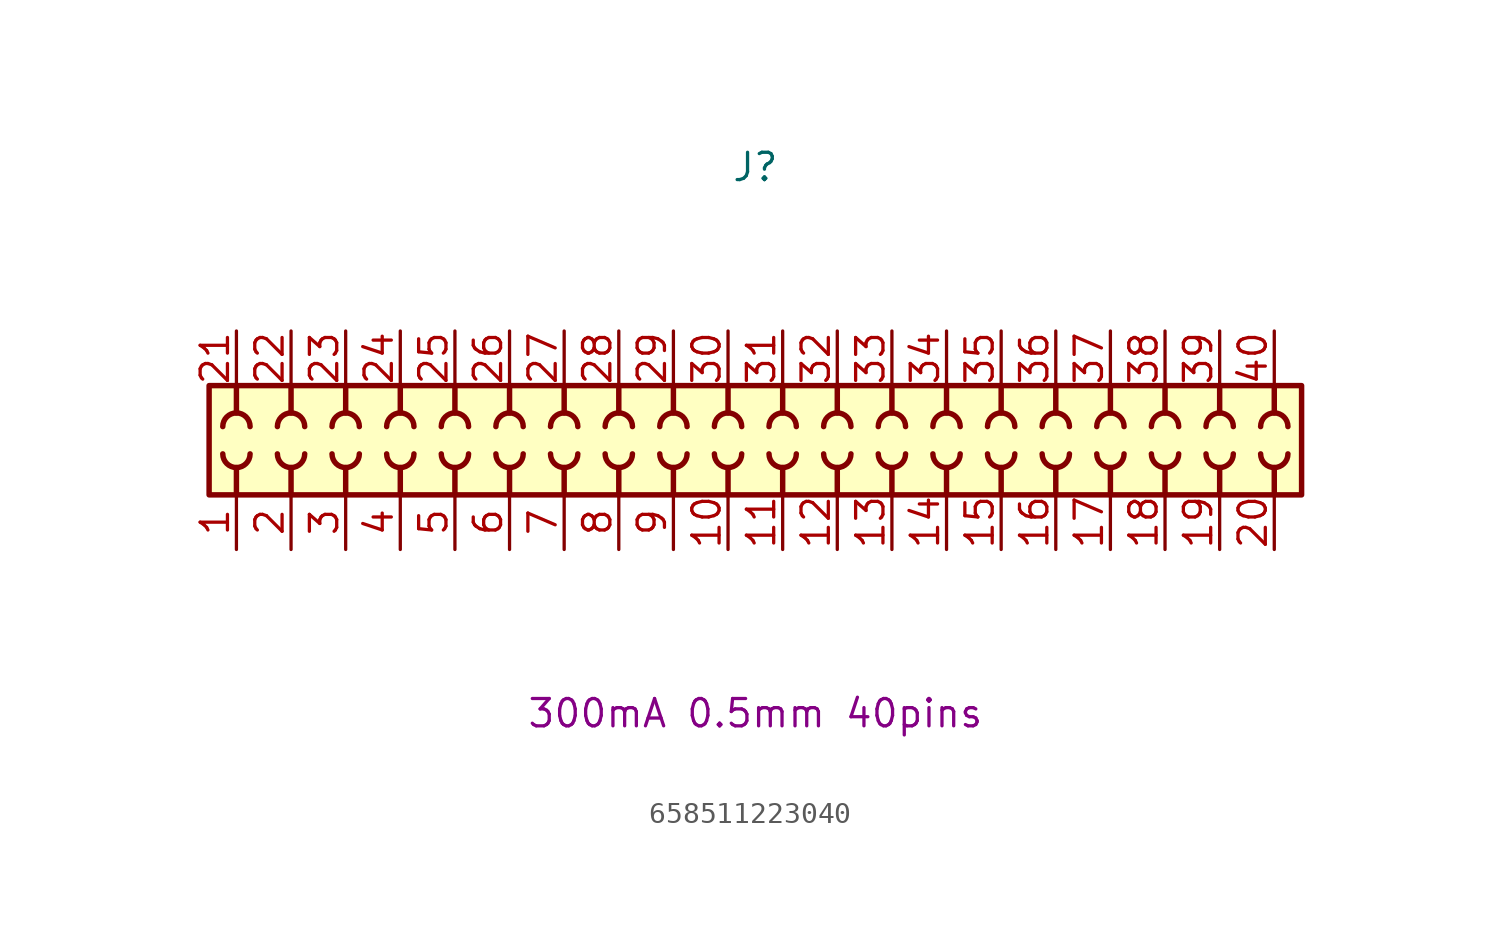
<source format=kicad_sym>
(kicad_symbol_lib
  (version 20241209)
  (generator "kicad_symbol_editor")
  (generator_version "9.0")
  (symbol "658511223040"
    (pin_names
      (hide yes))
    (property "Reference" "J"
      (at 0 12.7 0)
      (effects (font (size 1.27 1.27))))
    (property "Critical Parameter" "300mA 0.5mm 40pins"
      (at 0 -12.7 0)
      (effects (font (size 1.27 1.27))))
    (symbol "658511223040_0_1"
      (rectangle (start -25.4 2.54) (end 25.4 -2.54) (stroke (width 0.254) (type default)) (fill (type background)))
      (polyline (pts (xy -24.13 2.54) (xy -24.13 1.27)) (stroke (width 0.254) (type default)) (fill (type none)))
      (arc (start -24.765 0.635) (mid -24.13 1.2672) (end -23.495 0.635) (stroke (width 0.254) (type default)) (fill (type none)))
      (arc (start -23.495 -0.635) (mid -24.13 -1.2672) (end -24.765 -0.635) (stroke (width 0.254) (type default)) (fill (type none)))
      (polyline (pts (xy -24.13 -2.54) (xy -24.13 -1.27)) (stroke (width 0.254) (type default)) (fill (type none)))
      (polyline (pts (xy -21.59 2.54) (xy -21.59 1.27)) (stroke (width 0.254) (type default)) (fill (type none)))
      (arc (start -22.225 0.635) (mid -21.59 1.2672) (end -20.955 0.635) (stroke (width 0.254) (type default)) (fill (type none)))
      (arc (start -20.955 -0.635) (mid -21.59 -1.2672) (end -22.225 -0.635) (stroke (width 0.254) (type default)) (fill (type none)))
      (polyline (pts (xy -21.59 -2.54) (xy -21.59 -1.27)) (stroke (width 0.254) (type default)) (fill (type none)))
      (polyline (pts (xy -19.05 2.54) (xy -19.05 1.27)) (stroke (width 0.254) (type default)) (fill (type none)))
      (arc (start -19.685 0.635) (mid -19.05 1.2672) (end -18.415 0.635) (stroke (width 0.254) (type default)) (fill (type none)))
      (arc (start -18.415 -0.635) (mid -19.05 -1.2672) (end -19.685 -0.635) (stroke (width 0.254) (type default)) (fill (type none)))
      (polyline (pts (xy -19.05 -2.54) (xy -19.05 -1.27)) (stroke (width 0.254) (type default)) (fill (type none)))
      (polyline (pts (xy -16.51 2.54) (xy -16.51 1.27)) (stroke (width 0.254) (type default)) (fill (type none)))
      (arc (start -17.145 0.635) (mid -16.51 1.2672) (end -15.875 0.635) (stroke (width 0.254) (type default)) (fill (type none)))
      (arc (start -15.875 -0.635) (mid -16.51 -1.2672) (end -17.145 -0.635) (stroke (width 0.254) (type default)) (fill (type none)))
      (polyline (pts (xy -16.51 -2.54) (xy -16.51 -1.27)) (stroke (width 0.254) (type default)) (fill (type none)))
      (polyline (pts (xy -13.97 2.54) (xy -13.97 1.27)) (stroke (width 0.254) (type default)) (fill (type none)))
      (arc (start -14.605 0.635) (mid -13.97 1.2672) (end -13.335 0.635) (stroke (width 0.254) (type default)) (fill (type none)))
      (arc (start -13.335 -0.635) (mid -13.97 -1.2672) (end -14.605 -0.635) (stroke (width 0.254) (type default)) (fill (type none)))
      (polyline (pts (xy -13.97 -2.54) (xy -13.97 -1.27)) (stroke (width 0.254) (type default)) (fill (type none)))
      (polyline (pts (xy -11.43 2.54) (xy -11.43 1.27)) (stroke (width 0.254) (type default)) (fill (type none)))
      (arc (start -12.065 0.635) (mid -11.43 1.2672) (end -10.795 0.635) (stroke (width 0.254) (type default)) (fill (type none)))
      (arc (start -10.795 -0.635) (mid -11.43 -1.2672) (end -12.065 -0.635) (stroke (width 0.254) (type default)) (fill (type none)))
      (polyline (pts (xy -11.43 -2.54) (xy -11.43 -1.27)) (stroke (width 0.254) (type default)) (fill (type none)))
      (polyline (pts (xy -8.89 2.54) (xy -8.89 1.27)) (stroke (width 0.254) (type default)) (fill (type none)))
      (arc (start -9.525 0.635) (mid -8.89 1.2672) (end -8.255 0.635) (stroke (width 0.254) (type default)) (fill (type none)))
      (arc (start -8.255 -0.635) (mid -8.89 -1.2672) (end -9.525 -0.635) (stroke (width 0.254) (type default)) (fill (type none)))
      (polyline (pts (xy -8.89 -2.54) (xy -8.89 -1.27)) (stroke (width 0.254) (type default)) (fill (type none)))
      (polyline (pts (xy -6.35 2.54) (xy -6.35 1.27)) (stroke (width 0.254) (type default)) (fill (type none)))
      (arc (start -6.985 0.635) (mid -6.35 1.2672) (end -5.715 0.635) (stroke (width 0.254) (type default)) (fill (type none)))
      (arc (start -5.715 -0.635) (mid -6.35 -1.2672) (end -6.985 -0.635) (stroke (width 0.254) (type default)) (fill (type none)))
      (polyline (pts (xy -6.35 -2.54) (xy -6.35 -1.27)) (stroke (width 0.254) (type default)) (fill (type none)))
      (polyline (pts (xy -3.81 2.54) (xy -3.81 1.27)) (stroke (width 0.254) (type default)) (fill (type none)))
      (arc (start -4.445 0.635) (mid -3.81 1.2672) (end -3.175 0.635) (stroke (width 0.254) (type default)) (fill (type none)))
      (arc (start -3.175 -0.635) (mid -3.81 -1.2672) (end -4.445 -0.635) (stroke (width 0.254) (type default)) (fill (type none)))
      (polyline (pts (xy -3.81 -2.54) (xy -3.81 -1.27)) (stroke (width 0.254) (type default)) (fill (type none)))
      (polyline (pts (xy -1.27 2.54) (xy -1.27 1.27)) (stroke (width 0.254) (type default)) (fill (type none)))
      (arc (start -1.905 0.635) (mid -1.27 1.2672) (end -0.635 0.635) (stroke (width 0.254) (type default)) (fill (type none)))
      (arc (start -0.635 -0.635) (mid -1.27 -1.2672) (end -1.905 -0.635) (stroke (width 0.254) (type default)) (fill (type none)))
      (polyline (pts (xy -1.27 -2.54) (xy -1.27 -1.27)) (stroke (width 0.254) (type default)) (fill (type none)))
      (polyline (pts (xy 1.27 2.54) (xy 1.27 1.27)) (stroke (width 0.254) (type default)) (fill (type none)))
      (arc (start 0.635 0.635) (mid 1.27 1.2672) (end 1.905 0.635) (stroke (width 0.254) (type default)) (fill (type none)))
      (arc (start 1.905 -0.635) (mid 1.27 -1.2672) (end 0.635 -0.635) (stroke (width 0.254) (type default)) (fill (type none)))
      (polyline (pts (xy 1.27 -2.54) (xy 1.27 -1.27)) (stroke (width 0.254) (type default)) (fill (type none)))
      (polyline (pts (xy 3.81 2.54) (xy 3.81 1.27)) (stroke (width 0.254) (type default)) (fill (type none)))
      (arc (start 3.175 0.635) (mid 3.81 1.2672) (end 4.445 0.635) (stroke (width 0.254) (type default)) (fill (type none)))
      (arc (start 4.445 -0.635) (mid 3.81 -1.2672) (end 3.175 -0.635) (stroke (width 0.254) (type default)) (fill (type none)))
      (polyline (pts (xy 3.81 -2.54) (xy 3.81 -1.27)) (stroke (width 0.254) (type default)) (fill (type none)))
      (polyline (pts (xy 6.35 2.54) (xy 6.35 1.27)) (stroke (width 0.254) (type default)) (fill (type none)))
      (arc (start 5.715 0.635) (mid 6.35 1.2672) (end 6.985 0.635) (stroke (width 0.254) (type default)) (fill (type none)))
      (arc (start 6.985 -0.635) (mid 6.35 -1.2672) (end 5.715 -0.635) (stroke (width 0.254) (type default)) (fill (type none)))
      (polyline (pts (xy 6.35 -2.54) (xy 6.35 -1.27)) (stroke (width 0.254) (type default)) (fill (type none)))
      (polyline (pts (xy 8.89 2.54) (xy 8.89 1.27)) (stroke (width 0.254) (type default)) (fill (type none)))
      (arc (start 8.255 0.635) (mid 8.89 1.2672) (end 9.525 0.635) (stroke (width 0.254) (type default)) (fill (type none)))
      (arc (start 9.525 -0.635) (mid 8.89 -1.2672) (end 8.255 -0.635) (stroke (width 0.254) (type default)) (fill (type none)))
      (polyline (pts (xy 8.89 -2.54) (xy 8.89 -1.27)) (stroke (width 0.254) (type default)) (fill (type none)))
      (polyline (pts (xy 11.43 2.54) (xy 11.43 1.27)) (stroke (width 0.254) (type default)) (fill (type none)))
      (arc (start 10.795 0.635) (mid 11.43 1.2672) (end 12.065 0.635) (stroke (width 0.254) (type default)) (fill (type none)))
      (arc (start 12.065 -0.635) (mid 11.43 -1.2672) (end 10.795 -0.635) (stroke (width 0.254) (type default)) (fill (type none)))
      (polyline (pts (xy 11.43 -2.54) (xy 11.43 -1.27)) (stroke (width 0.254) (type default)) (fill (type none)))
      (polyline (pts (xy 13.97 2.54) (xy 13.97 1.27)) (stroke (width 0.254) (type default)) (fill (type none)))
      (arc (start 13.335 0.635) (mid 13.97 1.2672) (end 14.605 0.635) (stroke (width 0.254) (type default)) (fill (type none)))
      (arc (start 14.605 -0.635) (mid 13.97 -1.2672) (end 13.335 -0.635) (stroke (width 0.254) (type default)) (fill (type none)))
      (polyline (pts (xy 13.97 -2.54) (xy 13.97 -1.27)) (stroke (width 0.254) (type default)) (fill (type none)))
      (polyline (pts (xy 16.51 2.54) (xy 16.51 1.27)) (stroke (width 0.254) (type default)) (fill (type none)))
      (arc (start 15.875 0.635) (mid 16.51 1.2672) (end 17.145 0.635) (stroke (width 0.254) (type default)) (fill (type none)))
      (arc (start 17.145 -0.635) (mid 16.51 -1.2672) (end 15.875 -0.635) (stroke (width 0.254) (type default)) (fill (type none)))
      (polyline (pts (xy 16.51 -2.54) (xy 16.51 -1.27)) (stroke (width 0.254) (type default)) (fill (type none)))
      (polyline (pts (xy 19.05 2.54) (xy 19.05 1.27)) (stroke (width 0.254) (type default)) (fill (type none)))
      (arc (start 18.415 0.635) (mid 19.05 1.2672) (end 19.685 0.635) (stroke (width 0.254) (type default)) (fill (type none)))
      (arc (start 19.685 -0.635) (mid 19.05 -1.2672) (end 18.415 -0.635) (stroke (width 0.254) (type default)) (fill (type none)))
      (polyline (pts (xy 19.05 -2.54) (xy 19.05 -1.27)) (stroke (width 0.254) (type default)) (fill (type none)))
      (polyline (pts (xy 21.59 2.54) (xy 21.59 1.27)) (stroke (width 0.254) (type default)) (fill (type none)))
      (arc (start 20.955 0.635) (mid 21.59 1.2672) (end 22.225 0.635) (stroke (width 0.254) (type default)) (fill (type none)))
      (arc (start 22.225 -0.635) (mid 21.59 -1.2672) (end 20.955 -0.635) (stroke (width 0.254) (type default)) (fill (type none)))
      (polyline (pts (xy 21.59 -2.54) (xy 21.59 -1.27)) (stroke (width 0.254) (type default)) (fill (type none)))
      (polyline (pts (xy 24.13 2.54) (xy 24.13 1.27)) (stroke (width 0.254) (type default)) (fill (type none)))
      (arc (start 23.495 0.635) (mid 24.13 1.2672) (end 24.765 0.635) (stroke (width 0.254) (type default)) (fill (type none)))
      (arc (start 24.765 -0.635) (mid 24.13 -1.2672) (end 23.495 -0.635) (stroke (width 0.254) (type default)) (fill (type none)))
      (polyline (pts (xy 24.13 -2.54) (xy 24.13 -1.27)) (stroke (width 0.254) (type default)) (fill (type none))))
    (symbol "658511223040_1_1"
      (pin passive line (at -24.13 5.08 270) (length 2.54) (name "21" (effects (font (size 1.27 1.27)))) (number "21" (effects (font (size 1.27 1.27)))))
      (pin passive line (at -24.13 -5.08 90) (length 2.54) (name "1" (effects (font (size 1.27 1.27)))) (number "1" (effects (font (size 1.27 1.27)))))
      (pin passive line (at -21.59 5.08 270) (length 2.54) (name "22" (effects (font (size 1.27 1.27)))) (number "22" (effects (font (size 1.27 1.27)))))
      (pin passive line (at -21.59 -5.08 90) (length 2.54) (name "2" (effects (font (size 1.27 1.27)))) (number "2" (effects (font (size 1.27 1.27)))))
      (pin passive line (at -19.05 5.08 270) (length 2.54) (name "23" (effects (font (size 1.27 1.27)))) (number "23" (effects (font (size 1.27 1.27)))))
      (pin passive line (at -19.05 -5.08 90) (length 2.54) (name "3" (effects (font (size 1.27 1.27)))) (number "3" (effects (font (size 1.27 1.27)))))
      (pin passive line (at -16.51 5.08 270) (length 2.54) (name "24" (effects (font (size 1.27 1.27)))) (number "24" (effects (font (size 1.27 1.27)))))
      (pin passive line (at -16.51 -5.08 90) (length 2.54) (name "4" (effects (font (size 1.27 1.27)))) (number "4" (effects (font (size 1.27 1.27)))))
      (pin passive line (at -13.97 5.08 270) (length 2.54) (name "25" (effects (font (size 1.27 1.27)))) (number "25" (effects (font (size 1.27 1.27)))))
      (pin passive line (at -13.97 -5.08 90) (length 2.54) (name "5" (effects (font (size 1.27 1.27)))) (number "5" (effects (font (size 1.27 1.27)))))
      (pin passive line (at -11.43 5.08 270) (length 2.54) (name "26" (effects (font (size 1.27 1.27)))) (number "26" (effects (font (size 1.27 1.27)))))
      (pin passive line (at -11.43 -5.08 90) (length 2.54) (name "6" (effects (font (size 1.27 1.27)))) (number "6" (effects (font (size 1.27 1.27)))))
      (pin passive line (at -8.89 5.08 270) (length 2.54) (name "27" (effects (font (size 1.27 1.27)))) (number "27" (effects (font (size 1.27 1.27)))))
      (pin passive line (at -8.89 -5.08 90) (length 2.54) (name "7" (effects (font (size 1.27 1.27)))) (number "7" (effects (font (size 1.27 1.27)))))
      (pin passive line (at -6.35 5.08 270) (length 2.54) (name "28" (effects (font (size 1.27 1.27)))) (number "28" (effects (font (size 1.27 1.27)))))
      (pin passive line (at -6.35 -5.08 90) (length 2.54) (name "8" (effects (font (size 1.27 1.27)))) (number "8" (effects (font (size 1.27 1.27)))))
      (pin passive line (at -3.81 5.08 270) (length 2.54) (name "29" (effects (font (size 1.27 1.27)))) (number "29" (effects (font (size 1.27 1.27)))))
      (pin passive line (at -3.81 -5.08 90) (length 2.54) (name "9" (effects (font (size 1.27 1.27)))) (number "9" (effects (font (size 1.27 1.27)))))
      (pin passive line (at -1.27 5.08 270) (length 2.54) (name "30" (effects (font (size 1.27 1.27)))) (number "30" (effects (font (size 1.27 1.27)))))
      (pin passive line (at -1.27 -5.08 90) (length 2.54) (name "10" (effects (font (size 1.27 1.27)))) (number "10" (effects (font (size 1.27 1.27)))))
      (pin passive line (at 1.27 5.08 270) (length 2.54) (name "31" (effects (font (size 1.27 1.27)))) (number "31" (effects (font (size 1.27 1.27)))))
      (pin passive line (at 1.27 -5.08 90) (length 2.54) (name "11" (effects (font (size 1.27 1.27)))) (number "11" (effects (font (size 1.27 1.27)))))
      (pin passive line (at 3.81 5.08 270) (length 2.54) (name "32" (effects (font (size 1.27 1.27)))) (number "32" (effects (font (size 1.27 1.27)))))
      (pin passive line (at 3.81 -5.08 90) (length 2.54) (name "12" (effects (font (size 1.27 1.27)))) (number "12" (effects (font (size 1.27 1.27)))))
      (pin passive line (at 6.35 5.08 270) (length 2.54) (name "33" (effects (font (size 1.27 1.27)))) (number "33" (effects (font (size 1.27 1.27)))))
      (pin passive line (at 6.35 -5.08 90) (length 2.54) (name "13" (effects (font (size 1.27 1.27)))) (number "13" (effects (font (size 1.27 1.27)))))
      (pin passive line (at 8.89 5.08 270) (length 2.54) (name "34" (effects (font (size 1.27 1.27)))) (number "34" (effects (font (size 1.27 1.27)))))
      (pin passive line (at 8.89 -5.08 90) (length 2.54) (name "14" (effects (font (size 1.27 1.27)))) (number "14" (effects (font (size 1.27 1.27)))))
      (pin passive line (at 11.43 5.08 270) (length 2.54) (name "35" (effects (font (size 1.27 1.27)))) (number "35" (effects (font (size 1.27 1.27)))))
      (pin passive line (at 11.43 -5.08 90) (length 2.54) (name "15" (effects (font (size 1.27 1.27)))) (number "15" (effects (font (size 1.27 1.27)))))
      (pin passive line (at 13.97 5.08 270) (length 2.54) (name "36" (effects (font (size 1.27 1.27)))) (number "36" (effects (font (size 1.27 1.27)))))
      (pin passive line (at 13.97 -5.08 90) (length 2.54) (name "16" (effects (font (size 1.27 1.27)))) (number "16" (effects (font (size 1.27 1.27)))))
      (pin passive line (at 16.51 5.08 270) (length 2.54) (name "37" (effects (font (size 1.27 1.27)))) (number "37" (effects (font (size 1.27 1.27)))))
      (pin passive line (at 16.51 -5.08 90) (length 2.54) (name "17" (effects (font (size 1.27 1.27)))) (number "17" (effects (font (size 1.27 1.27)))))
      (pin passive line (at 19.05 5.08 270) (length 2.54) (name "38" (effects (font (size 1.27 1.27)))) (number "38" (effects (font (size 1.27 1.27)))))
      (pin passive line (at 19.05 -5.08 90) (length 2.54) (name "18" (effects (font (size 1.27 1.27)))) (number "18" (effects (font (size 1.27 1.27)))))
      (pin passive line (at 21.59 5.08 270) (length 2.54) (name "39" (effects (font (size 1.27 1.27)))) (number "39" (effects (font (size 1.27 1.27)))))
      (pin passive line (at 21.59 -5.08 90) (length 2.54) (name "19" (effects (font (size 1.27 1.27)))) (number "19" (effects (font (size 1.27 1.27)))))
      (pin passive line (at 24.13 5.08 270) (length 2.54) (name "40" (effects (font (size 1.27 1.27)))) (number "40" (effects (font (size 1.27 1.27)))))
      (pin passive line (at 24.13 -5.08 90) (length 2.54) (name "20" (effects (font (size 1.27 1.27)))) (number "20" (effects (font (size 1.27 1.27))))))))
</source>
